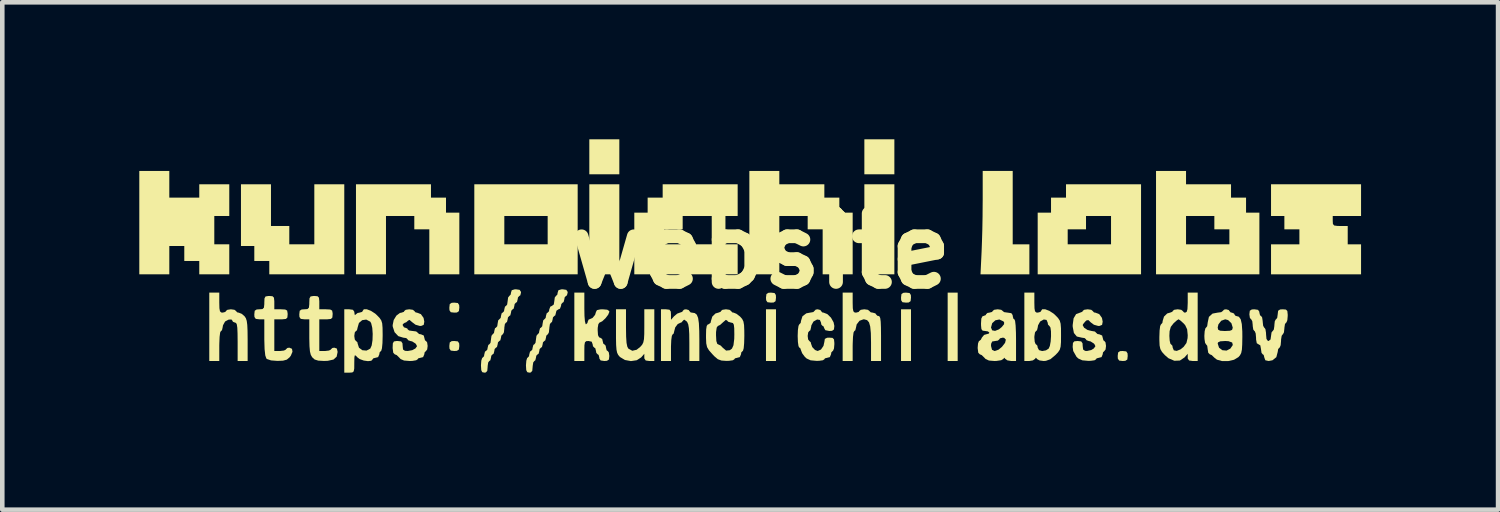
<source format=kicad_pcb>
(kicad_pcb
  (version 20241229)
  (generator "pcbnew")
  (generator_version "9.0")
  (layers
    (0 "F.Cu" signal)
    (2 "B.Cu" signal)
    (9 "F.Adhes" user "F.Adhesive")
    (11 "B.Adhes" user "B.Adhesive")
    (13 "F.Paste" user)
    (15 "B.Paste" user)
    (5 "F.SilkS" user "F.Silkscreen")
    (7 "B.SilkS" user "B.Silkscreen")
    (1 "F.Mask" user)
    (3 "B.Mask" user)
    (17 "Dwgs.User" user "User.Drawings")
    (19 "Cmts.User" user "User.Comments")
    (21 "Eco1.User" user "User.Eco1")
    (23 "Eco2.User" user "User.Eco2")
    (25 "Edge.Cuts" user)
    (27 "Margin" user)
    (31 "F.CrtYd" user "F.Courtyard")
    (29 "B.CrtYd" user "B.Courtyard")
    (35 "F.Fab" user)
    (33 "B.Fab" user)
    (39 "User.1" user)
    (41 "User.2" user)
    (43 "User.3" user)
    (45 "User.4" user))
  (footprint "website"
    (layer "F.Cu")
    (at 13.612 2.445)
    (property "Reference" "website" (at 0 0 0) (layer "F.SilkS") (effects (font (size 1.5 1.5) (thickness 0.3))))
    (attr board_only exclude_from_pos_files exclude_from_bom)
    (fp_poly (pts (xy -3.102 -2.062) (xy -3.102 -1.679) (xy -3.43 -1.679) (xy -3.759 -1.679) (xy -3.759 -2.062) (xy -3.759 -2.445) (xy -3.43 -2.445) (xy -3.102 -2.445)) (stroke (width 0) (type solid)) (fill yes) (layer "F.SilkS"))
    (fp_poly (pts (xy -3.102 -0.474) (xy -3.102 0.511) (xy -3.43 0.511) (xy -3.759 0.511) (xy -3.759 -0.474) (xy -3.759 -1.46) (xy -3.43 -1.46) (xy -3.102 -1.46)) (stroke (width 0) (type solid)) (fill yes) (layer "F.SilkS"))
    (fp_poly (pts (xy 0.328 1.843) (xy 0.328 2.409) (xy 0.219 2.409) (xy 0.109 2.409) (xy 0.109 1.843) (xy 0.109 1.277) (xy 0.219 1.277) (xy 0.328 1.277)) (stroke (width 0) (type solid)) (fill yes) (layer "F.SilkS"))
    (fp_poly (pts (xy 2.92 -2.062) (xy 2.92 -1.679) (xy 2.591 -1.679) (xy 2.263 -1.679) (xy 2.263 -2.062) (xy 2.263 -2.445) (xy 2.591 -2.445) (xy 2.92 -2.445)) (stroke (width 0) (type solid)) (fill yes) (layer "F.SilkS"))
    (fp_poly (pts (xy 2.92 -0.474) (xy 2.92 0.511) (xy 2.591 0.511) (xy 2.263 0.511) (xy 2.263 -0.474) (xy 2.263 -1.46) (xy 2.591 -1.46) (xy 2.92 -1.46)) (stroke (width 0) (type solid)) (fill yes) (layer "F.SilkS"))
    (fp_poly (pts (xy 3.284 1.843) (xy 3.284 2.409) (xy 3.175 2.409) (xy 3.066 2.409) (xy 3.066 1.843) (xy 3.066 1.277) (xy 3.175 1.277) (xy 3.284 1.277)) (stroke (width 0) (type solid)) (fill yes) (layer "F.SilkS"))
    (fp_poly (pts (xy 4.306 1.66) (xy 4.306 2.409) (xy 4.197 2.409) (xy 4.087 2.409) (xy 4.087 1.66) (xy 4.087 0.912) (xy 4.197 0.912) (xy 4.306 0.912)) (stroke (width 0) (type solid)) (fill yes) (layer "F.SilkS"))
    (fp_poly (pts (xy -6.637 1.14) (xy -6.609 1.183) (xy -6.605 1.241) (xy -6.615 1.318) (xy -6.657 1.347) (xy -6.715 1.35) (xy -6.792 1.341) (xy -6.821 1.299) (xy -6.824 1.241) (xy -6.815 1.163) (xy -6.773 1.135) (xy -6.715 1.131)) (stroke (width 0) (type solid)) (fill yes) (layer "F.SilkS"))
    (fp_poly (pts (xy -6.637 1.98) (xy -6.609 2.022) (xy -6.605 2.08) (xy -6.615 2.158) (xy -6.657 2.186) (xy -6.715 2.19) (xy -6.792 2.181) (xy -6.821 2.138) (xy -6.824 2.08) (xy -6.815 2.003) (xy -6.773 1.974) (xy -6.715 1.971)) (stroke (width 0) (type solid)) (fill yes) (layer "F.SilkS"))
    (fp_poly (pts (xy 0.297 0.921) (xy 0.325 0.964) (xy 0.328 1.022) (xy 0.319 1.099) (xy 0.277 1.128) (xy 0.219 1.131) (xy 0.141 1.122) (xy 0.113 1.08) (xy 0.109 1.022) (xy 0.119 0.944) (xy 0.161 0.916) (xy 0.219 0.912)) (stroke (width 0) (type solid)) (fill yes) (layer "F.SilkS"))
    (fp_poly (pts (xy 3.253 0.921) (xy 3.281 0.964) (xy 3.284 1.022) (xy 3.275 1.099) (xy 3.233 1.128) (xy 3.175 1.131) (xy 3.097 1.122) (xy 3.069 1.08) (xy 3.066 1.022) (xy 3.075 0.944) (xy 3.117 0.916) (xy 3.175 0.912)) (stroke (width 0) (type solid)) (fill yes) (layer "F.SilkS"))
    (fp_poly (pts (xy 7.997 2.199) (xy 8.025 2.241) (xy 8.029 2.299) (xy 8.02 2.377) (xy 7.977 2.405) (xy 7.919 2.409) (xy 7.842 2.4) (xy 7.813 2.357) (xy 7.81 2.299) (xy 7.819 2.222) (xy 7.861 2.193) (xy 7.919 2.19)) (stroke (width 0) (type solid)) (fill yes) (layer "F.SilkS"))
    (fp_poly (pts (xy 5.511 -0.949) (xy 5.511 -0.146) (xy 5.693 -0.146) (xy 5.876 -0.146) (xy 5.876 0.182) (xy 5.876 0.511) (xy 5.341 0.511) (xy 4.806 0.511) (xy 4.83 0.012) (xy 4.838 -0.206) (xy 4.846 -0.47) (xy 4.851 -0.751) (xy 4.853 -1.021) (xy 4.854 -1.119) (xy 4.854 -1.752) (xy 5.182 -1.752) (xy 5.511 -1.752)) (stroke (width 0) (type solid)) (fill yes) (layer "F.SilkS"))
    (fp_poly (pts (xy -4.014 -0.474) (xy -4.014 0.511) (xy -5.146 0.511) (xy -6.277 0.511) (xy -6.277 -0.474) (xy -6.277 -0.766) (xy -5.62 -0.766) (xy -5.62 -0.456) (xy -5.62 -0.146) (xy -5.146 -0.146) (xy -4.671 -0.146) (xy -4.671 -0.456) (xy -4.671 -0.766) (xy -5.146 -0.766) (xy -5.62 -0.766) (xy -6.277 -0.766) (xy -6.277 -1.46) (xy -5.146 -1.46) (xy -4.014 -1.46)) (stroke (width 0) (type solid)) (fill yes) (layer "F.SilkS"))
    (fp_poly (pts (xy -10.729 -1.004) (xy -10.729 -0.547) (xy -10.529 -0.547) (xy -10.328 -0.547) (xy -10.328 -0.347) (xy -10.328 -0.146) (xy -10.054 -0.146) (xy -9.78 -0.146) (xy -9.78 -0.803) (xy -9.78 -1.46) (xy -9.452 -1.46) (xy -9.124 -1.46) (xy -9.124 -0.474) (xy -9.124 0.511) (xy -9.945 0.511) (xy -10.766 0.511) (xy -10.766 0.365) (xy -10.766 0.219) (xy -10.93 0.219) (xy -11.094 0.219) (xy -11.094 0.055) (xy -11.094 -0.109) (xy -11.24 -0.109) (xy -11.386 -0.109) (xy -11.386 -0.785) (xy -11.386 -1.46) (xy -11.058 -1.46) (xy -10.729 -1.46)) (stroke (width 0) (type solid)) (fill yes) (layer "F.SilkS"))
    (fp_poly (pts (xy -7.226 -1.314) (xy -7.226 -1.168) (xy -7.062 -1.168) (xy -6.897 -1.168) (xy -6.897 -1.004) (xy -6.897 -0.839) (xy -6.751 -0.839) (xy -6.605 -0.839) (xy -6.605 -0.164) (xy -6.605 0.511) (xy -6.934 0.511) (xy -7.262 0.511) (xy -7.262 0.018) (xy -7.262 -0.474) (xy -7.427 -0.474) (xy -7.591 -0.474) (xy -7.591 -0.62) (xy -7.591 -0.766) (xy -7.901 -0.766) (xy -8.211 -0.766) (xy -8.211 -0.128) (xy -8.211 0.511) (xy -8.54 0.511) (xy -8.868 0.511) (xy -8.868 -0.474) (xy -8.868 -1.46) (xy -8.047 -1.46) (xy -7.226 -1.46)) (stroke (width 0) (type solid)) (fill yes) (layer "F.SilkS"))
    (fp_poly (pts (xy -0.511 -1.113) (xy -0.511 -0.766) (xy -1.113 -0.766) (xy -1.715 -0.766) (xy -1.715 -0.62) (xy -1.715 -0.474) (xy -1.916 -0.474) (xy -2.117 -0.474) (xy -2.117 -0.31) (xy -2.117 -0.146) (xy -1.314 -0.146) (xy -0.511 -0.146) (xy -0.511 0.182) (xy -0.511 0.511) (xy -1.642 0.511) (xy -2.774 0.511) (xy -2.774 -0.164) (xy -2.774 -0.839) (xy -2.628 -0.839) (xy -2.482 -0.839) (xy -2.482 -1.004) (xy -2.482 -1.168) (xy -2.317 -1.168) (xy -2.153 -1.168) (xy -2.153 -1.314) (xy -2.153 -1.46) (xy -1.332 -1.46) (xy -0.511 -1.46)) (stroke (width 0) (type solid)) (fill yes) (layer "F.SilkS"))
    (fp_poly (pts (xy 8.321 -0.474) (xy 8.321 0.511) (xy 7.189 0.511) (xy 6.058 0.511) (xy 6.058 -0.146) (xy 6.715 -0.146) (xy 7.189 -0.146) (xy 7.664 -0.146) (xy 7.664 -0.456) (xy 7.664 -0.766) (xy 7.39 -0.766) (xy 7.116 -0.766) (xy 7.116 -0.62) (xy 7.116 -0.474) (xy 6.916 -0.474) (xy 6.715 -0.474) (xy 6.715 -0.31) (xy 6.715 -0.146) (xy 6.058 -0.146) (xy 6.058 -0.164) (xy 6.058 -0.839) (xy 6.204 -0.839) (xy 6.35 -0.839) (xy 6.35 -1.004) (xy 6.35 -1.168) (xy 6.514 -1.168) (xy 6.678 -1.168) (xy 6.678 -1.314) (xy 6.678 -1.46) (xy 7.5 -1.46) (xy 8.321 -1.46)) (stroke (width 0) (type solid)) (fill yes) (layer "F.SilkS"))
    (fp_poly (pts (xy 0.401 -1.606) (xy 0.401 -1.46) (xy 0.894 -1.46) (xy 1.387 -1.46) (xy 1.387 -1.314) (xy 1.387 -1.168) (xy 1.551 -1.168) (xy 1.715 -1.168) (xy 1.715 -1.004) (xy 1.715 -0.839) (xy 1.861 -0.839) (xy 2.007 -0.839) (xy 2.007 -0.164) (xy 2.007 0.511) (xy 1.679 0.511) (xy 1.35 0.511) (xy 1.35 0.018) (xy 1.35 -0.474) (xy 1.186 -0.474) (xy 1.022 -0.474) (xy 1.022 -0.62) (xy 1.022 -0.766) (xy 0.712 -0.766) (xy 0.401 -0.766) (xy 0.401 -0.128) (xy 0.401 0.511) (xy 0.073 0.511) (xy -0.255 0.511) (xy -0.255 -0.62) (xy -0.255 -1.752) (xy 0.073 -1.752) (xy 0.401 -1.752)) (stroke (width 0) (type solid)) (fill yes) (layer "F.SilkS"))
    (fp_poly (pts (xy 13.138 -1.113) (xy 13.138 -0.766) (xy 12.828 -0.766) (xy 12.518 -0.766) (xy 12.518 -0.657) (xy 12.522 -0.59) (xy 12.55 -0.558) (xy 12.62 -0.548) (xy 12.682 -0.547) (xy 12.846 -0.547) (xy 12.846 -0.347) (xy 12.846 -0.146) (xy 12.992 -0.146) (xy 13.138 -0.146) (xy 13.138 0.182) (xy 13.138 0.511) (xy 12.153 0.511) (xy 11.167 0.511) (xy 11.167 0.182) (xy 11.167 -0.146) (xy 11.477 -0.146) (xy 11.788 -0.146) (xy 11.788 -0.31) (xy 11.788 -0.474) (xy 11.623 -0.474) (xy 11.459 -0.474) (xy 11.459 -0.62) (xy 11.459 -0.766) (xy 11.313 -0.766) (xy 11.167 -0.766) (xy 11.167 -1.113) (xy 11.167 -1.46) (xy 12.153 -1.46) (xy 13.138 -1.46)) (stroke (width 0) (type solid)) (fill yes) (layer "F.SilkS"))
    (fp_poly (pts (xy 9.306 -1.606) (xy 9.306 -1.46) (xy 9.799 -1.46) (xy 10.291 -1.46) (xy 10.291 -1.314) (xy 10.291 -1.168) (xy 10.456 -1.168) (xy 10.62 -1.168) (xy 10.62 -1.004) (xy 10.62 -0.839) (xy 10.766 -0.839) (xy 10.912 -0.839) (xy 10.912 -0.164) (xy 10.912 0.511) (xy 9.78 0.511) (xy 8.649 0.511) (xy 8.649 -0.62) (xy 8.649 -0.766) (xy 9.306 -0.766) (xy 9.306 -0.456) (xy 9.306 -0.146) (xy 9.78 -0.146) (xy 10.255 -0.146) (xy 10.255 -0.31) (xy 10.255 -0.474) (xy 10.091 -0.474) (xy 9.926 -0.474) (xy 9.926 -0.62) (xy 9.926 -0.766) (xy 9.616 -0.766) (xy 9.306 -0.766) (xy 8.649 -0.766) (xy 8.649 -1.752) (xy 8.978 -1.752) (xy 9.306 -1.752)) (stroke (width 0) (type solid)) (fill yes) (layer "F.SilkS"))
    (fp_poly (pts (xy -12.955 -1.46) (xy -12.955 -1.168) (xy -12.627 -1.168) (xy -12.299 -1.168) (xy -12.299 -1.314) (xy -12.299 -1.46) (xy -11.97 -1.46) (xy -11.642 -1.46) (xy -11.642 -1.113) (xy -11.642 -0.766) (xy -11.806 -0.766) (xy -11.97 -0.766) (xy -11.97 -0.456) (xy -11.97 -0.146) (xy -11.806 -0.146) (xy -11.642 -0.146) (xy -11.642 0.182) (xy -11.642 0.511) (xy -11.97 0.511) (xy -12.299 0.511) (xy -12.299 0.365) (xy -12.299 0.219) (xy -12.463 0.219) (xy -12.627 0.219) (xy -12.627 0.055) (xy -12.627 -0.109) (xy -12.791 -0.109) (xy -12.955 -0.109) (xy -12.955 0.201) (xy -12.955 0.511) (xy -13.284 0.511) (xy -13.612 0.511) (xy -13.612 -0.62) (xy -13.612 -1.752) (xy -13.284 -1.752) (xy -12.955 -1.752)) (stroke (width 0) (type solid)) (fill yes) (layer "F.SilkS"))
    (fp_poly (pts (xy -2.956 1.681) (xy -2.953 1.878) (xy -2.944 2.013) (xy -2.927 2.096) (xy -2.904 2.138) (xy -2.818 2.185) (xy -2.723 2.163) (xy -2.644 2.1) (xy -2.603 2.054) (xy -2.577 2.002) (xy -2.562 1.929) (xy -2.556 1.818) (xy -2.555 1.651) (xy -2.555 1.644) (xy -2.555 1.277) (xy -2.445 1.277) (xy -2.336 1.277) (xy -2.336 1.843) (xy -2.336 2.409) (xy -2.445 2.409) (xy -2.524 2.398) (xy -2.553 2.356) (xy -2.555 2.33) (xy -2.555 2.251) (xy -2.623 2.33) (xy -2.72 2.392) (xy -2.848 2.411) (xy -2.98 2.387) (xy -3.087 2.322) (xy -3.093 2.316) (xy -3.127 2.276) (xy -3.15 2.228) (xy -3.164 2.161) (xy -3.172 2.059) (xy -3.175 1.909) (xy -3.175 1.753) (xy -3.175 1.277) (xy -3.066 1.277) (xy -2.956 1.277)) (stroke (width 0) (type solid)) (fill yes) (layer "F.SilkS"))
    (fp_poly (pts (xy -2.004 1.286) (xy -1.975 1.326) (xy -1.971 1.392) (xy -1.971 1.507) (xy -1.903 1.429) (xy -1.833 1.371) (xy -1.775 1.35) (xy -1.723 1.332) (xy -1.715 1.314) (xy -1.685 1.284) (xy -1.642 1.277) (xy -1.583 1.293) (xy -1.569 1.314) (xy -1.54 1.346) (xy -1.512 1.35) (xy -1.45 1.36) (xy -1.406 1.395) (xy -1.377 1.466) (xy -1.36 1.582) (xy -1.352 1.754) (xy -1.35 1.932) (xy -1.35 2.409) (xy -1.46 2.409) (xy -1.569 2.409) (xy -1.569 2.005) (xy -1.571 1.818) (xy -1.579 1.69) (xy -1.593 1.608) (xy -1.616 1.556) (xy -1.63 1.54) (xy -1.682 1.503) (xy -1.706 1.524) (xy -1.743 1.566) (xy -1.757 1.569) (xy -1.823 1.6) (xy -1.878 1.673) (xy -1.898 1.749) (xy -1.913 1.81) (xy -1.934 1.825) (xy -1.952 1.859) (xy -1.965 1.952) (xy -1.971 2.091) (xy -1.971 2.117) (xy -1.971 2.409) (xy -2.08 2.409) (xy -2.19 2.409) (xy -2.19 1.843) (xy -2.19 1.277) (xy -2.08 1.277)) (stroke (width 0) (type solid)) (fill yes) (layer "F.SilkS"))
    (fp_poly (pts (xy 2.007 1.131) (xy 2.01 1.254) (xy 2.022 1.32) (xy 2.048 1.346) (xy 2.08 1.35) (xy 2.139 1.335) (xy 2.153 1.314) (xy 2.185 1.288) (xy 2.261 1.277) (xy 2.263 1.277) (xy 2.34 1.288) (xy 2.372 1.313) (xy 2.372 1.314) (xy 2.403 1.343) (xy 2.445 1.35) (xy 2.504 1.366) (xy 2.518 1.387) (xy 2.548 1.419) (xy 2.573 1.423) (xy 2.595 1.434) (xy 2.611 1.472) (xy 2.621 1.549) (xy 2.626 1.675) (xy 2.628 1.86) (xy 2.628 1.916) (xy 2.628 2.409) (xy 2.518 2.409) (xy 2.409 2.409) (xy 2.409 2.005) (xy 2.405 1.798) (xy 2.391 1.654) (xy 2.365 1.563) (xy 2.323 1.514) (xy 2.26 1.497) (xy 2.244 1.496) (xy 2.157 1.528) (xy 2.095 1.607) (xy 2.08 1.676) (xy 2.065 1.737) (xy 2.044 1.752) (xy 2.026 1.786) (xy 2.014 1.882) (xy 2.008 2.026) (xy 2.007 2.08) (xy 2.007 2.409) (xy 1.898 2.409) (xy 1.788 2.409) (xy 1.788 1.66) (xy 1.788 0.912) (xy 1.898 0.912) (xy 2.007 0.912)) (stroke (width 0) (type solid)) (fill yes) (layer "F.SilkS"))
    (fp_poly (pts (xy -11.861 1.131) (xy -11.858 1.254) (xy -11.846 1.32) (xy -11.82 1.346) (xy -11.788 1.35) (xy -11.728 1.335) (xy -11.715 1.314) (xy -11.683 1.288) (xy -11.607 1.277) (xy -11.605 1.277) (xy -11.528 1.288) (xy -11.496 1.313) (xy -11.496 1.314) (xy -11.466 1.345) (xy -11.436 1.35) (xy -11.37 1.376) (xy -11.308 1.429) (xy -11.279 1.472) (xy -11.26 1.53) (xy -11.248 1.619) (xy -11.242 1.751) (xy -11.24 1.94) (xy -11.24 1.958) (xy -11.24 2.409) (xy -11.35 2.409) (xy -11.459 2.409) (xy -11.459 1.989) (xy -11.461 1.805) (xy -11.466 1.682) (xy -11.477 1.609) (xy -11.494 1.576) (xy -11.514 1.569) (xy -11.563 1.55) (xy -11.569 1.533) (xy -11.595 1.5) (xy -11.656 1.503) (xy -11.724 1.538) (xy -11.736 1.548) (xy -11.78 1.628) (xy -11.788 1.676) (xy -11.802 1.737) (xy -11.824 1.752) (xy -11.842 1.786) (xy -11.854 1.882) (xy -11.86 2.026) (xy -11.861 2.08) (xy -11.861 2.409) (xy -11.97 2.409) (xy -12.08 2.409) (xy -12.08 1.66) (xy -12.08 0.912) (xy -11.97 0.912) (xy -11.861 0.912)) (stroke (width 0) (type solid)) (fill yes) (layer "F.SilkS"))
    (fp_poly (pts (xy -10.696 0.991) (xy -10.664 1.022) (xy -10.656 1.1) (xy -10.656 1.131) (xy -10.656 1.277) (xy -10.51 1.277) (xy -10.417 1.282) (xy -10.375 1.305) (xy -10.365 1.363) (xy -10.364 1.387) (xy -10.37 1.457) (xy -10.401 1.488) (xy -10.479 1.496) (xy -10.51 1.496) (xy -10.656 1.496) (xy -10.656 1.843) (xy -10.656 2.19) (xy -10.529 2.19) (xy -10.444 2.18) (xy -10.402 2.158) (xy -10.401 2.153) (xy -10.37 2.124) (xy -10.328 2.117) (xy -10.269 2.142) (xy -10.258 2.206) (xy -10.294 2.292) (xy -10.323 2.33) (xy -10.382 2.379) (xy -10.466 2.402) (xy -10.588 2.407) (xy -10.727 2.396) (xy -10.816 2.366) (xy -10.83 2.354) (xy -10.854 2.286) (xy -10.869 2.149) (xy -10.875 1.94) (xy -10.875 1.899) (xy -10.875 1.496) (xy -10.985 1.496) (xy -11.062 1.487) (xy -11.091 1.445) (xy -11.094 1.387) (xy -11.085 1.309) (xy -11.043 1.281) (xy -10.985 1.277) (xy -10.915 1.272) (xy -10.883 1.24) (xy -10.875 1.163) (xy -10.875 1.131) (xy -10.871 1.038) (xy -10.848 0.996) (xy -10.789 0.986) (xy -10.766 0.985)) (stroke (width 0) (type solid)) (fill yes) (layer "F.SilkS"))
    (fp_poly (pts (xy -9.71 0.991) (xy -9.679 1.022) (xy -9.671 1.1) (xy -9.671 1.131) (xy -9.671 1.277) (xy -9.525 1.277) (xy -9.431 1.282) (xy -9.39 1.305) (xy -9.379 1.363) (xy -9.379 1.387) (xy -9.385 1.457) (xy -9.416 1.488) (xy -9.494 1.496) (xy -9.525 1.496) (xy -9.671 1.496) (xy -9.671 1.843) (xy -9.671 2.19) (xy -9.543 2.19) (xy -9.459 2.18) (xy -9.417 2.158) (xy -9.416 2.153) (xy -9.385 2.124) (xy -9.343 2.117) (xy -9.286 2.137) (xy -9.27 2.21) (xy -9.27 2.211) (xy -9.291 2.314) (xy -9.36 2.377) (xy -9.485 2.405) (xy -9.568 2.408) (xy -9.694 2.401) (xy -9.773 2.376) (xy -9.826 2.328) (xy -9.857 2.275) (xy -9.876 2.199) (xy -9.886 2.084) (xy -9.89 1.915) (xy -9.89 1.872) (xy -9.89 1.496) (xy -9.999 1.496) (xy -10.077 1.487) (xy -10.106 1.445) (xy -10.109 1.387) (xy -10.1 1.309) (xy -10.057 1.281) (xy -9.999 1.277) (xy -9.929 1.272) (xy -9.898 1.24) (xy -9.89 1.163) (xy -9.89 1.131) (xy -9.886 1.038) (xy -9.862 0.996) (xy -9.804 0.986) (xy -9.78 0.985)) (stroke (width 0) (type solid)) (fill yes) (layer "F.SilkS"))
    (fp_poly (pts (xy -3.868 1.259) (xy -3.865 1.423) (xy -3.855 1.54) (xy -3.839 1.6) (xy -3.832 1.606) (xy -3.8 1.576) (xy -3.795 1.551) (xy -3.774 1.502) (xy -3.756 1.496) (xy -3.69 1.467) (xy -3.633 1.399) (xy -3.613 1.335) (xy -3.592 1.295) (xy -3.519 1.279) (xy -3.467 1.277) (xy -3.367 1.286) (xy -3.324 1.315) (xy -3.321 1.334) (xy -3.346 1.396) (xy -3.406 1.474) (xy -3.477 1.54) (xy -3.536 1.569) (xy -3.538 1.569) (xy -3.561 1.602) (xy -3.575 1.684) (xy -3.576 1.733) (xy -3.569 1.842) (xy -3.545 1.891) (xy -3.522 1.898) (xy -3.477 1.928) (xy -3.467 1.971) (xy -3.452 2.03) (xy -3.43 2.044) (xy -3.401 2.074) (xy -3.394 2.117) (xy -3.379 2.176) (xy -3.357 2.19) (xy -3.332 2.221) (xy -3.321 2.298) (xy -3.321 2.299) (xy -3.33 2.377) (xy -3.373 2.405) (xy -3.43 2.409) (xy -3.511 2.397) (xy -3.539 2.354) (xy -3.54 2.336) (xy -3.555 2.276) (xy -3.576 2.263) (xy -3.606 2.232) (xy -3.613 2.19) (xy -3.628 2.13) (xy -3.649 2.117) (xy -3.679 2.086) (xy -3.686 2.044) (xy -3.707 1.986) (xy -3.777 1.971) (xy -3.828 1.975) (xy -3.855 2.001) (xy -3.866 2.064) (xy -3.868 2.182) (xy -3.868 2.19) (xy -3.868 2.409) (xy -3.978 2.409) (xy -4.087 2.409) (xy -4.087 1.66) (xy -4.087 0.912) (xy -3.978 0.912) (xy -3.868 0.912)) (stroke (width 0) (type solid)) (fill yes) (layer "F.SilkS"))
    (fp_poly (pts (xy 5.985 1.131) (xy 5.988 1.254) (xy 5.999 1.32) (xy 6.026 1.346) (xy 6.058 1.35) (xy 6.117 1.335) (xy 6.131 1.314) (xy 6.157 1.276) (xy 6.224 1.277) (xy 6.313 1.311) (xy 6.407 1.372) (xy 6.442 1.404) (xy 6.504 1.468) (xy 6.541 1.524) (xy 6.56 1.592) (xy 6.568 1.693) (xy 6.569 1.843) (xy 6.568 1.995) (xy 6.56 2.095) (xy 6.541 2.163) (xy 6.503 2.219) (xy 6.442 2.282) (xy 6.338 2.369) (xy 6.239 2.405) (xy 6.19 2.409) (xy 6.099 2.397) (xy 6.045 2.367) (xy 6.043 2.363) (xy 6.019 2.336) (xy 6 2.363) (xy 5.952 2.396) (xy 5.873 2.409) (xy 5.766 2.409) (xy 5.766 1.898) (xy 5.985 1.898) (xy 5.993 1.989) (xy 6.013 2.04) (xy 6.022 2.044) (xy 6.051 2.074) (xy 6.058 2.117) (xy 6.087 2.171) (xy 6.156 2.191) (xy 6.239 2.176) (xy 6.298 2.138) (xy 6.324 2.08) (xy 6.342 1.983) (xy 6.35 1.868) (xy 6.349 1.759) (xy 6.337 1.676) (xy 6.314 1.642) (xy 6.314 1.642) (xy 6.284 1.612) (xy 6.277 1.569) (xy 6.252 1.51) (xy 6.192 1.5) (xy 6.118 1.541) (xy 6.11 1.548) (xy 6.066 1.628) (xy 6.058 1.676) (xy 6.043 1.737) (xy 6.022 1.752) (xy 5.999 1.784) (xy 5.986 1.865) (xy 5.985 1.898) (xy 5.766 1.898) (xy 5.766 1.66) (xy 5.766 0.912) (xy 5.876 0.912) (xy 5.985 0.912)) (stroke (width 0) (type solid)) (fill yes) (layer "F.SilkS"))
    (fp_poly (pts (xy 9.561 1.66) (xy 9.561 2.409) (xy 9.452 2.409) (xy 9.373 2.398) (xy 9.344 2.356) (xy 9.343 2.33) (xy 9.343 2.251) (xy 9.274 2.33) (xy 9.172 2.399) (xy 9.05 2.404) (xy 8.922 2.349) (xy 8.841 2.279) (xy 8.78 2.211) (xy 8.744 2.148) (xy 8.727 2.069) (xy 8.722 1.95) (xy 8.722 1.88) (xy 8.723 1.86) (xy 8.941 1.86) (xy 8.948 1.964) (xy 8.964 2.031) (xy 8.978 2.044) (xy 9.007 2.074) (xy 9.014 2.117) (xy 9.039 2.176) (xy 9.102 2.188) (xy 9.186 2.154) (xy 9.253 2.1) (xy 9.315 2.015) (xy 9.34 1.908) (xy 9.343 1.843) (xy 9.33 1.715) (xy 9.287 1.624) (xy 9.253 1.586) (xy 9.187 1.526) (xy 9.145 1.497) (xy 9.142 1.496) (xy 9.104 1.52) (xy 9.04 1.577) (xy 9.031 1.586) (xy 8.972 1.662) (xy 8.946 1.756) (xy 8.941 1.86) (xy 8.723 1.86) (xy 8.727 1.742) (xy 8.739 1.646) (xy 8.757 1.606) (xy 8.759 1.606) (xy 8.788 1.575) (xy 8.795 1.53) (xy 8.824 1.436) (xy 8.894 1.368) (xy 8.957 1.35) (xy 9.007 1.331) (xy 9.014 1.314) (xy 9.046 1.288) (xy 9.122 1.277) (xy 9.124 1.277) (xy 9.2 1.288) (xy 9.233 1.313) (xy 9.233 1.314) (xy 9.263 1.346) (xy 9.288 1.35) (xy 9.32 1.333) (xy 9.337 1.274) (xy 9.342 1.158) (xy 9.343 1.131) (xy 9.343 0.912) (xy 9.452 0.912) (xy 9.561 0.912)) (stroke (width 0) (type solid)) (fill yes) (layer "F.SilkS"))
    (fp_poly (pts (xy -8.629 1.277) (xy -8.54 1.311) (xy -8.446 1.372) (xy -8.411 1.404) (xy -8.351 1.466) (xy -8.314 1.521) (xy -8.294 1.586) (xy -8.286 1.683) (xy -8.284 1.83) (xy -8.284 1.86) (xy -8.288 2.018) (xy -8.299 2.13) (xy -8.315 2.186) (xy -8.321 2.19) (xy -8.35 2.22) (xy -8.357 2.263) (xy -8.383 2.324) (xy -8.43 2.336) (xy -8.489 2.351) (xy -8.503 2.372) (xy -8.533 2.404) (xy -8.606 2.412) (xy -8.698 2.399) (xy -8.786 2.367) (xy -8.836 2.33) (xy -8.875 2.289) (xy -8.895 2.287) (xy -8.903 2.334) (xy -8.905 2.443) (xy -8.905 2.458) (xy -8.906 2.575) (xy -8.918 2.636) (xy -8.948 2.66) (xy -9.007 2.664) (xy -9.014 2.664) (xy -9.124 2.664) (xy -9.124 1.971) (xy -9.124 1.861) (xy -8.905 1.861) (xy -8.894 1.938) (xy -8.869 1.971) (xy -8.868 1.971) (xy -8.836 2) (xy -8.832 2.027) (xy -8.802 2.118) (xy -8.729 2.173) (xy -8.637 2.181) (xy -8.555 2.138) (xy -8.524 2.068) (xy -8.506 1.952) (xy -8.502 1.815) (xy -8.511 1.684) (xy -8.535 1.583) (xy -8.555 1.548) (xy -8.643 1.502) (xy -8.732 1.515) (xy -8.803 1.576) (xy -8.832 1.675) (xy -8.832 1.676) (xy -8.846 1.737) (xy -8.868 1.752) (xy -8.894 1.783) (xy -8.905 1.86) (xy -8.905 1.861) (xy -9.124 1.861) (xy -9.124 1.277) (xy -9.014 1.277) (xy -8.934 1.288) (xy -8.904 1.332) (xy -8.902 1.359) (xy -8.893 1.405) (xy -8.88 1.396) (xy -8.833 1.358) (xy -8.792 1.35) (xy -8.734 1.334) (xy -8.722 1.314) (xy -8.696 1.276)) (stroke (width 0) (type solid)) (fill yes) (layer "F.SilkS"))
    (fp_poly (pts (xy -0.69 1.288) (xy -0.657 1.313) (xy -0.657 1.314) (xy -0.627 1.346) (xy -0.6 1.35) (xy -0.538 1.375) (xy -0.461 1.434) (xy -0.455 1.44) (xy -0.412 1.489) (xy -0.385 1.544) (xy -0.371 1.623) (xy -0.366 1.744) (xy -0.365 1.86) (xy -0.369 2.017) (xy -0.379 2.13) (xy -0.395 2.186) (xy -0.401 2.19) (xy -0.431 2.22) (xy -0.438 2.263) (xy -0.464 2.324) (xy -0.511 2.336) (xy -0.57 2.351) (xy -0.584 2.372) (xy -0.617 2.393) (xy -0.7 2.405) (xy -0.757 2.407) (xy -0.866 2.399) (xy -0.945 2.37) (xy -1.023 2.304) (xy -1.067 2.257) (xy -1.14 2.174) (xy -1.181 2.105) (xy -1.199 2.023) (xy -1.204 1.902) (xy -1.204 1.858) (xy -1.204 1.843) (xy -0.985 1.843) (xy -0.978 1.972) (xy -0.957 2.035) (xy -0.939 2.044) (xy -0.883 2.071) (xy -0.839 2.117) (xy -0.764 2.181) (xy -0.683 2.173) (xy -0.636 2.138) (xy -0.603 2.064) (xy -0.586 1.926) (xy -0.584 1.827) (xy -0.586 1.692) (xy -0.595 1.614) (xy -0.615 1.578) (xy -0.65 1.569) (xy -0.654 1.569) (xy -0.72 1.549) (xy -0.74 1.524) (xy -0.77 1.509) (xy -0.83 1.56) (xy -0.895 1.619) (xy -0.944 1.642) (xy -0.97 1.677) (xy -0.984 1.774) (xy -0.985 1.843) (xy -1.204 1.843) (xy -1.201 1.72) (xy -1.189 1.642) (xy -1.166 1.609) (xy -1.15 1.606) (xy -1.105 1.575) (xy -1.095 1.53) (xy -1.066 1.436) (xy -0.996 1.368) (xy -0.933 1.35) (xy -0.883 1.331) (xy -0.876 1.314) (xy -0.844 1.288) (xy -0.768 1.277) (xy -0.766 1.277)) (stroke (width 0) (type solid)) (fill yes) (layer "F.SilkS"))
    (fp_poly (pts (xy 10.241 1.293) (xy 10.255 1.314) (xy 10.284 1.346) (xy 10.31 1.35) (xy 10.358 1.37) (xy 10.364 1.387) (xy 10.392 1.422) (xy 10.403 1.423) (xy 10.463 1.44) (xy 10.503 1.496) (xy 10.527 1.6) (xy 10.538 1.762) (xy 10.539 1.88) (xy 10.536 2.048) (xy 10.529 2.16) (xy 10.514 2.234) (xy 10.487 2.285) (xy 10.453 2.324) (xy 10.356 2.382) (xy 10.228 2.411) (xy 10.095 2.411) (xy 9.983 2.38) (xy 9.926 2.336) (xy 9.868 2.279) (xy 9.827 2.263) (xy 9.793 2.23) (xy 9.78 2.153) (xy 9.77 2.076) (xy 9.744 2.044) (xy 9.744 2.044) (xy 9.733 2.027) (xy 9.999 2.027) (xy 10.029 2.118) (xy 10.102 2.173) (xy 10.194 2.181) (xy 10.276 2.138) (xy 10.33 2.059) (xy 10.316 2.004) (xy 10.235 1.975) (xy 10.164 1.971) (xy 10.056 1.978) (xy 10.007 2.001) (xy 9.999 2.027) (xy 9.733 2.027) (xy 9.723 2.011) (xy 9.71 1.927) (xy 9.707 1.861) (xy 9.714 1.757) (xy 9.731 1.691) (xy 9.744 1.679) (xy 9.746 1.676) (xy 9.999 1.676) (xy 10.009 1.723) (xy 10.052 1.746) (xy 10.146 1.752) (xy 10.164 1.752) (xy 10.266 1.747) (xy 10.314 1.728) (xy 10.328 1.684) (xy 10.328 1.676) (xy 10.299 1.581) (xy 10.227 1.513) (xy 10.164 1.496) (xy 10.076 1.528) (xy 10.015 1.607) (xy 9.999 1.676) (xy 9.746 1.676) (xy 9.769 1.647) (xy 9.78 1.57) (xy 9.78 1.567) (xy 9.807 1.443) (xy 9.886 1.371) (xy 9.997 1.35) (xy 10.075 1.34) (xy 10.109 1.315) (xy 10.109 1.314) (xy 10.139 1.284) (xy 10.182 1.277)) (stroke (width 0) (type solid)) (fill yes) (layer "F.SilkS"))
    (fp_poly (pts (xy 7.23 1.288) (xy 7.262 1.313) (xy 7.262 1.314) (xy 7.292 1.346) (xy 7.32 1.35) (xy 7.406 1.383) (xy 7.465 1.465) (xy 7.481 1.548) (xy 7.468 1.618) (xy 7.412 1.641) (xy 7.385 1.642) (xy 7.289 1.615) (xy 7.222 1.565) (xy 7.169 1.514) (xy 7.13 1.518) (xy 7.1 1.544) (xy 7.054 1.599) (xy 7.043 1.624) (xy 7.075 1.681) (xy 7.149 1.73) (xy 7.238 1.752) (xy 7.242 1.752) (xy 7.311 1.764) (xy 7.335 1.788) (xy 7.366 1.818) (xy 7.408 1.825) (xy 7.469 1.851) (xy 7.481 1.898) (xy 7.497 1.957) (xy 7.518 1.971) (xy 7.543 2.002) (xy 7.554 2.079) (xy 7.554 2.08) (xy 7.544 2.157) (xy 7.518 2.19) (xy 7.518 2.19) (xy 7.488 2.22) (xy 7.481 2.263) (xy 7.456 2.324) (xy 7.408 2.336) (xy 7.349 2.351) (xy 7.335 2.372) (xy 7.303 2.393) (xy 7.219 2.405) (xy 7.162 2.406) (xy 7.034 2.394) (xy 6.947 2.354) (xy 6.907 2.316) (xy 6.836 2.19) (xy 6.824 2.1) (xy 6.83 2.013) (xy 6.861 1.978) (xy 6.934 1.971) (xy 7.011 1.98) (xy 7.04 2.022) (xy 7.043 2.08) (xy 7.053 2.158) (xy 7.095 2.187) (xy 7.137 2.19) (xy 7.231 2.169) (xy 7.286 2.135) (xy 7.322 2.085) (xy 7.3 2.04) (xy 7.286 2.025) (xy 7.215 1.98) (xy 7.174 1.971) (xy 7.124 1.952) (xy 7.116 1.934) (xy 7.085 1.907) (xy 7.023 1.898) (xy 6.915 1.873) (xy 6.851 1.796) (xy 6.825 1.66) (xy 6.824 1.624) (xy 6.844 1.475) (xy 6.899 1.382) (xy 6.986 1.35) (xy 7.036 1.331) (xy 7.043 1.314) (xy 7.075 1.288) (xy 7.152 1.277) (xy 7.153 1.277)) (stroke (width 0) (type solid)) (fill yes) (layer "F.SilkS"))
    (fp_poly (pts (xy 1.3 1.293) (xy 1.314 1.314) (xy 1.343 1.346) (xy 1.37 1.35) (xy 1.452 1.382) (xy 1.532 1.46) (xy 1.589 1.561) (xy 1.606 1.641) (xy 1.597 1.719) (xy 1.556 1.748) (xy 1.496 1.752) (xy 1.409 1.735) (xy 1.387 1.697) (xy 1.367 1.648) (xy 1.35 1.642) (xy 1.321 1.612) (xy 1.314 1.569) (xy 1.289 1.51) (xy 1.229 1.5) (xy 1.155 1.541) (xy 1.147 1.548) (xy 1.103 1.628) (xy 1.095 1.676) (xy 1.08 1.737) (xy 1.058 1.752) (xy 1.033 1.783) (xy 1.022 1.86) (xy 1.022 1.861) (xy 1.032 1.938) (xy 1.058 1.971) (xy 1.058 1.971) (xy 1.09 2) (xy 1.095 2.028) (xy 1.122 2.104) (xy 1.183 2.168) (xy 1.241 2.19) (xy 1.313 2.158) (xy 1.368 2.078) (xy 1.387 1.992) (xy 1.398 1.925) (xy 1.447 1.9) (xy 1.496 1.898) (xy 1.566 1.903) (xy 1.598 1.935) (xy 1.606 2.012) (xy 1.606 2.044) (xy 1.598 2.135) (xy 1.577 2.186) (xy 1.569 2.19) (xy 1.54 2.22) (xy 1.533 2.263) (xy 1.507 2.324) (xy 1.46 2.336) (xy 1.4 2.351) (xy 1.387 2.372) (xy 1.354 2.393) (xy 1.271 2.405) (xy 1.213 2.406) (xy 1.086 2.394) (xy 0.999 2.354) (xy 0.958 2.316) (xy 0.901 2.239) (xy 0.876 2.174) (xy 0.876 2.173) (xy 0.857 2.123) (xy 0.839 2.117) (xy 0.821 2.083) (xy 0.808 1.992) (xy 0.803 1.861) (xy 0.803 1.861) (xy 0.808 1.73) (xy 0.821 1.64) (xy 0.839 1.606) (xy 0.839 1.606) (xy 0.869 1.575) (xy 0.876 1.53) (xy 0.908 1.429) (xy 0.993 1.365) (xy 1.074 1.35) (xy 1.144 1.338) (xy 1.168 1.314) (xy 1.198 1.284) (xy 1.241 1.277)) (stroke (width 0) (type solid)) (fill yes) (layer "F.SilkS"))
    (fp_poly (pts (xy 11.493 1.283) (xy 11.524 1.314) (xy 11.532 1.392) (xy 11.532 1.423) (xy 11.524 1.515) (xy 11.504 1.566) (xy 11.496 1.569) (xy 11.472 1.601) (xy 11.46 1.68) (xy 11.459 1.697) (xy 11.45 1.781) (xy 11.427 1.824) (xy 11.423 1.825) (xy 11.4 1.857) (xy 11.387 1.938) (xy 11.386 1.971) (xy 11.378 2.062) (xy 11.358 2.113) (xy 11.35 2.117) (xy 11.323 2.148) (xy 11.313 2.211) (xy 11.283 2.325) (xy 11.199 2.393) (xy 11.115 2.409) (xy 11.042 2.393) (xy 11.021 2.336) (xy 11.021 2.336) (xy 11.006 2.276) (xy 10.985 2.263) (xy 10.959 2.231) (xy 10.948 2.155) (xy 10.948 2.153) (xy 10.932 2.066) (xy 10.894 2.044) (xy 10.855 2.02) (xy 10.84 1.94) (xy 10.839 1.898) (xy 10.831 1.806) (xy 10.81 1.755) (xy 10.802 1.752) (xy 10.778 1.72) (xy 10.766 1.641) (xy 10.766 1.624) (xy 10.757 1.54) (xy 10.734 1.497) (xy 10.729 1.496) (xy 10.704 1.465) (xy 10.693 1.388) (xy 10.693 1.387) (xy 10.702 1.309) (xy 10.745 1.281) (xy 10.802 1.277) (xy 10.882 1.289) (xy 10.911 1.331) (xy 10.912 1.35) (xy 10.927 1.41) (xy 10.948 1.423) (xy 10.972 1.455) (xy 10.984 1.534) (xy 10.985 1.551) (xy 10.994 1.635) (xy 11.016 1.678) (xy 11.021 1.679) (xy 11.044 1.711) (xy 11.057 1.792) (xy 11.058 1.825) (xy 11.067 1.926) (xy 11.097 1.968) (xy 11.113 1.971) (xy 11.156 1.938) (xy 11.167 1.861) (xy 11.178 1.784) (xy 11.203 1.752) (xy 11.204 1.752) (xy 11.228 1.72) (xy 11.24 1.641) (xy 11.24 1.624) (xy 11.249 1.54) (xy 11.272 1.497) (xy 11.277 1.496) (xy 11.302 1.465) (xy 11.313 1.388) (xy 11.313 1.387) (xy 11.322 1.309) (xy 11.365 1.281) (xy 11.423 1.277)) (stroke (width 0) (type solid)) (fill yes) (layer "F.SilkS"))
    (fp_poly (pts (xy 5.259 1.288) (xy 5.292 1.313) (xy 5.292 1.314) (xy 5.323 1.339) (xy 5.4 1.35) (xy 5.401 1.35) (xy 5.481 1.362) (xy 5.51 1.404) (xy 5.511 1.423) (xy 5.526 1.483) (xy 5.547 1.496) (xy 5.563 1.531) (xy 5.575 1.632) (xy 5.582 1.789) (xy 5.584 1.952) (xy 5.584 2.409) (xy 5.477 2.409) (xy 5.394 2.395) (xy 5.349 2.363) (xy 5.325 2.336) (xy 5.307 2.363) (xy 5.258 2.392) (xy 5.157 2.407) (xy 5.114 2.409) (xy 4.991 2.399) (xy 4.917 2.365) (xy 4.89 2.336) (xy 4.832 2.279) (xy 4.791 2.263) (xy 4.757 2.228) (xy 4.744 2.129) (xy 4.744 2.117) (xy 4.747 2.08) (xy 5.036 2.08) (xy 5.058 2.164) (xy 5.116 2.191) (xy 5.201 2.161) (xy 5.275 2.1) (xy 5.344 2.011) (xy 5.361 1.941) (xy 5.324 1.902) (xy 5.292 1.898) (xy 5.232 1.913) (xy 5.219 1.934) (xy 5.187 1.962) (xy 5.127 1.971) (xy 5.062 1.982) (xy 5.038 2.033) (xy 5.036 2.08) (xy 4.747 2.08) (xy 4.752 2.025) (xy 4.771 1.974) (xy 4.778 1.971) (xy 4.815 1.941) (xy 4.835 1.898) (xy 4.884 1.838) (xy 4.929 1.825) (xy 4.987 1.809) (xy 5 1.788) (xy 4.968 1.761) (xy 4.908 1.752) (xy 4.852 1.745) (xy 4.826 1.711) (xy 4.822 1.676) (xy 5.036 1.676) (xy 5.061 1.737) (xy 5.124 1.75) (xy 5.208 1.717) (xy 5.269 1.668) (xy 5.322 1.604) (xy 5.323 1.56) (xy 5.305 1.54) (xy 5.219 1.5) (xy 5.131 1.518) (xy 5.062 1.581) (xy 5.036 1.676) (xy 4.822 1.676) (xy 4.818 1.632) (xy 4.817 1.587) (xy 4.824 1.479) (xy 4.849 1.43) (xy 4.872 1.423) (xy 4.921 1.404) (xy 4.927 1.387) (xy 4.957 1.357) (xy 5 1.35) (xy 5.059 1.335) (xy 5.073 1.314) (xy 5.104 1.288) (xy 5.181 1.277) (xy 5.182 1.277)) (stroke (width 0) (type solid)) (fill yes) (layer "F.SilkS"))
    (fp_poly (pts (xy -7.623 1.288) (xy -7.591 1.313) (xy -7.591 1.314) (xy -7.561 1.346) (xy -7.533 1.35) (xy -7.447 1.383) (xy -7.388 1.465) (xy -7.372 1.548) (xy -7.385 1.618) (xy -7.441 1.641) (xy -7.468 1.642) (xy -7.564 1.615) (xy -7.637 1.56) (xy -7.696 1.509) (xy -7.726 1.524) (xy -7.773 1.565) (xy -7.795 1.569) (xy -7.84 1.599) (xy -7.846 1.624) (xy -7.817 1.672) (xy -7.792 1.679) (xy -7.743 1.698) (xy -7.737 1.715) (xy -7.705 1.741) (xy -7.629 1.752) (xy -7.627 1.752) (xy -7.55 1.762) (xy -7.518 1.788) (xy -7.518 1.788) (xy -7.487 1.818) (xy -7.445 1.825) (xy -7.384 1.851) (xy -7.372 1.898) (xy -7.357 1.957) (xy -7.335 1.971) (xy -7.31 2.002) (xy -7.299 2.079) (xy -7.299 2.08) (xy -7.309 2.157) (xy -7.335 2.19) (xy -7.335 2.19) (xy -7.365 2.22) (xy -7.372 2.263) (xy -7.398 2.324) (xy -7.445 2.336) (xy -7.504 2.351) (xy -7.518 2.372) (xy -7.551 2.393) (xy -7.634 2.407) (xy -7.692 2.409) (xy -7.815 2.399) (xy -7.89 2.367) (xy -7.919 2.336) (xy -7.977 2.279) (xy -8.019 2.263) (xy -8.052 2.228) (xy -8.065 2.129) (xy -8.065 2.117) (xy -8.061 2.023) (xy -8.037 1.981) (xy -7.979 1.971) (xy -7.956 1.971) (xy -7.878 1.98) (xy -7.85 2.022) (xy -7.846 2.08) (xy -7.838 2.157) (xy -7.796 2.186) (xy -7.734 2.19) (xy -7.636 2.172) (xy -7.567 2.135) (xy -7.531 2.085) (xy -7.554 2.04) (xy -7.567 2.025) (xy -7.638 1.98) (xy -7.679 1.971) (xy -7.73 1.952) (xy -7.737 1.934) (xy -7.768 1.907) (xy -7.833 1.898) (xy -7.941 1.865) (xy -8.023 1.778) (xy -8.063 1.656) (xy -8.065 1.624) (xy -8.042 1.512) (xy -7.983 1.415) (xy -7.906 1.357) (xy -7.869 1.35) (xy -7.818 1.332) (xy -7.81 1.314) (xy -7.778 1.288) (xy -7.702 1.277) (xy -7.7 1.277)) (stroke (width 0) (type solid)) (fill yes) (layer "F.SilkS"))
    (fp_poly (pts (xy -4.263 0.851) (xy -4.234 0.894) (xy -4.233 0.912) (xy -4.249 0.972) (xy -4.27 0.985) (xy -4.299 1.016) (xy -4.306 1.058) (xy -4.322 1.118) (xy -4.343 1.131) (xy -4.372 1.162) (xy -4.379 1.204) (xy -4.402 1.264) (xy -4.434 1.277) (xy -4.479 1.308) (xy -4.489 1.35) (xy -4.504 1.41) (xy -4.525 1.423) (xy -4.555 1.454) (xy -4.562 1.496) (xy -4.577 1.556) (xy -4.598 1.569) (xy -4.622 1.601) (xy -4.634 1.68) (xy -4.635 1.697) (xy -4.644 1.781) (xy -4.666 1.824) (xy -4.671 1.825) (xy -4.701 1.855) (xy -4.708 1.898) (xy -4.723 1.957) (xy -4.744 1.971) (xy -4.774 2.001) (xy -4.781 2.044) (xy -4.796 2.103) (xy -4.817 2.117) (xy -4.847 2.147) (xy -4.854 2.19) (xy -4.869 2.249) (xy -4.89 2.263) (xy -4.92 2.293) (xy -4.927 2.336) (xy -4.942 2.395) (xy -4.963 2.409) (xy -4.987 2.441) (xy -4.999 2.52) (xy -5 2.536) (xy -5.008 2.624) (xy -5.04 2.66) (xy -5.073 2.664) (xy -5.118 2.653) (xy -5.14 2.609) (xy -5.146 2.512) (xy -5.146 2.5) (xy -5.138 2.402) (xy -5.12 2.343) (xy -5.109 2.336) (xy -5.08 2.305) (xy -5.073 2.263) (xy -5.057 2.203) (xy -5.036 2.19) (xy -5.007 2.159) (xy -5 2.117) (xy -4.984 2.057) (xy -4.963 2.044) (xy -4.938 2.012) (xy -4.927 1.936) (xy -4.927 1.934) (xy -4.916 1.857) (xy -4.891 1.825) (xy -4.89 1.825) (xy -4.861 1.794) (xy -4.854 1.752) (xy -4.838 1.692) (xy -4.817 1.679) (xy -4.79 1.648) (xy -4.781 1.587) (xy -4.768 1.519) (xy -4.744 1.496) (xy -4.715 1.466) (xy -4.708 1.423) (xy -4.692 1.364) (xy -4.671 1.35) (xy -4.642 1.32) (xy -4.635 1.277) (xy -4.612 1.218) (xy -4.58 1.204) (xy -4.537 1.172) (xy -4.525 1.095) (xy -4.515 1.018) (xy -4.489 0.985) (xy -4.489 0.985) (xy -4.459 0.955) (xy -4.452 0.912) (xy -4.435 0.859) (xy -4.371 0.84) (xy -4.343 0.839)) (stroke (width 0) (type solid)) (fill yes) (layer "F.SilkS"))
    (fp_poly (pts (xy -5.285 0.851) (xy -5.256 0.894) (xy -5.255 0.912) (xy -5.27 0.972) (xy -5.292 0.985) (xy -5.321 1.016) (xy -5.328 1.058) (xy -5.343 1.118) (xy -5.365 1.131) (xy -5.394 1.162) (xy -5.401 1.204) (xy -5.416 1.264) (xy -5.438 1.277) (xy -5.467 1.308) (xy -5.474 1.35) (xy -5.489 1.41) (xy -5.511 1.423) (xy -5.54 1.454) (xy -5.547 1.496) (xy -5.562 1.556) (xy -5.584 1.569) (xy -5.608 1.601) (xy -5.62 1.68) (xy -5.62 1.697) (xy -5.629 1.781) (xy -5.652 1.824) (xy -5.657 1.825) (xy -5.686 1.855) (xy -5.693 1.898) (xy -5.708 1.957) (xy -5.73 1.971) (xy -5.759 2.001) (xy -5.766 2.044) (xy -5.781 2.103) (xy -5.803 2.117) (xy -5.832 2.147) (xy -5.839 2.19) (xy -5.854 2.249) (xy -5.876 2.263) (xy -5.905 2.293) (xy -5.912 2.336) (xy -5.927 2.395) (xy -5.949 2.409) (xy -5.973 2.441) (xy -5.985 2.52) (xy -5.985 2.536) (xy -5.993 2.624) (xy -6.025 2.66) (xy -6.058 2.664) (xy -6.104 2.653) (xy -6.125 2.609) (xy -6.131 2.512) (xy -6.131 2.5) (xy -6.124 2.402) (xy -6.105 2.343) (xy -6.095 2.336) (xy -6.065 2.305) (xy -6.058 2.263) (xy -6.043 2.203) (xy -6.022 2.19) (xy -5.992 2.159) (xy -5.985 2.117) (xy -5.97 2.057) (xy -5.949 2.044) (xy -5.923 2.012) (xy -5.912 1.936) (xy -5.912 1.934) (xy -5.901 1.857) (xy -5.876 1.825) (xy -5.876 1.825) (xy -5.846 1.794) (xy -5.839 1.752) (xy -5.824 1.692) (xy -5.803 1.679) (xy -5.775 1.648) (xy -5.766 1.587) (xy -5.754 1.519) (xy -5.73 1.496) (xy -5.7 1.466) (xy -5.693 1.423) (xy -5.678 1.364) (xy -5.657 1.35) (xy -5.627 1.32) (xy -5.62 1.277) (xy -5.605 1.218) (xy -5.584 1.204) (xy -5.558 1.173) (xy -5.547 1.096) (xy -5.547 1.095) (xy -5.537 1.018) (xy -5.511 0.985) (xy -5.511 0.985) (xy -5.481 0.955) (xy -5.474 0.912) (xy -5.457 0.859) (xy -5.393 0.84) (xy -5.365 0.839)) (stroke (width 0) (type solid)) (fill yes) (layer "F.SilkS")))
  (gr_rect
    (start -3 -3)
    (end 29.75 8.109)
    (stroke (width 0.1) (type default))
    (fill no)
    (layer "Edge.Cuts")))
</source>
